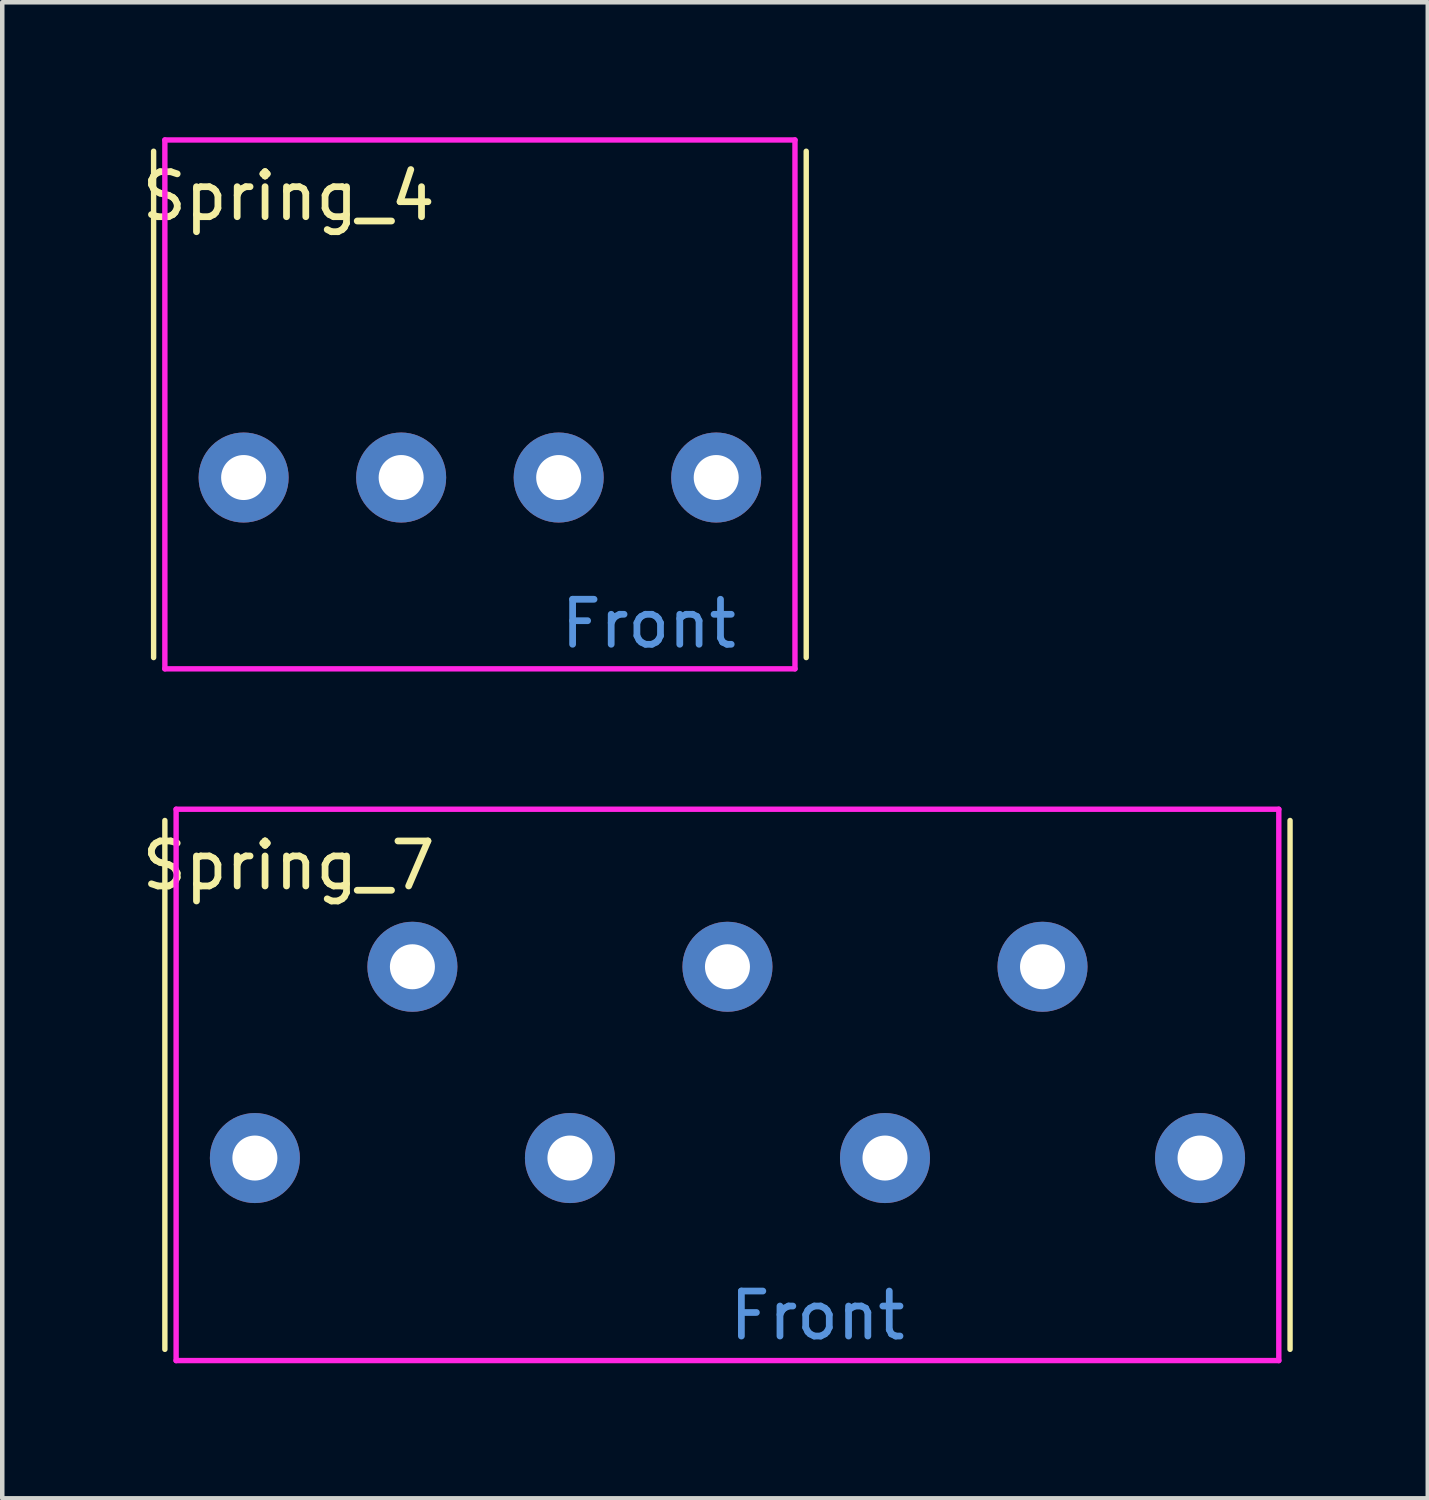
<source format=kicad_pcb>
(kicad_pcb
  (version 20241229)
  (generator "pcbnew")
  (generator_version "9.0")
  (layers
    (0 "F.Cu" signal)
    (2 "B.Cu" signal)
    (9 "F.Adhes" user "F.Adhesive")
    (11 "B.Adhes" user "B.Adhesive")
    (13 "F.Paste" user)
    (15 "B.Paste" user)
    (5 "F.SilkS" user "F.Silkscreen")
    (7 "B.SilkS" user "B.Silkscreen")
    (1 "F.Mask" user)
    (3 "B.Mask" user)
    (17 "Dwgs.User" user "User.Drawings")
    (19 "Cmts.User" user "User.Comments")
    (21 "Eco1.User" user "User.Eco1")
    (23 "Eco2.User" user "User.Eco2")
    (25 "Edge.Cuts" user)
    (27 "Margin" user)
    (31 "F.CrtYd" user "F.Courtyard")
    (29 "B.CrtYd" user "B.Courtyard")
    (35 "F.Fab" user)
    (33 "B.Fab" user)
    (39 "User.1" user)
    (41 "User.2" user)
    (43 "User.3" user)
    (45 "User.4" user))
  (footprint "Spring_4"
    (layer "F.Cu")
    (at 0.613 0.31)
    (property "Reference" "Spring_4" (at 2.75 1 0) (layer "F.SilkS") (effects (font (size 1 1) (thickness 0.15))))
    (attr through_hole)
    (fp_line (start -0.25 11.25) (end -0.25 0) (stroke (width 0.12) (type solid)) (layer "F.SilkS"))
    (fp_line (start 14.25 0) (end 14.25 11.25) (stroke (width 0.12) (type solid)) (layer "F.SilkS"))
    (fp_line (start 0 -0.25) (end 14 -0.25) (stroke (width 0.12) (type solid)) (layer "F.CrtYd"))
    (fp_line (start 0 11.5) (end 0 -0.25) (stroke (width 0.12) (type solid)) (layer "F.CrtYd"))
    (fp_line (start 14 -0.25) (end 14 11.5) (stroke (width 0.12) (type solid)) (layer "F.CrtYd"))
    (fp_line (start 14 11.5) (end 0 11.5) (stroke (width 0.12) (type solid)) (layer "F.CrtYd"))
    (fp_text user "Front" (at 10.75 10.5 0) (layer "Cmts.User") (effects (font (size 1 1) (thickness 0.15))))
    (pad "1" thru_hole circle (at 1.75 7.25) (size 2 2) (drill 1) (layers "*.Cu" "*.Mask"))
    (pad "2" thru_hole circle (at 5.25 7.25) (size 2 2) (drill 1) (layers "*.Cu" "*.Mask"))
    (pad "3" thru_hole circle (at 8.75 7.25) (size 2 2) (drill 1) (layers "*.Cu" "*.Mask"))
    (pad "4" thru_hole circle (at 12.25 7.25) (size 2 2) (drill 1) (layers "*.Cu" "*.Mask")))
  (footprint "Spring_7"
    (layer "F.Cu")
    (at 0.863 15.18)
    (property "Reference" "Spring_7" (at 2.5 1 0) (layer "F.SilkS") (effects (font (size 1 1) (thickness 0.15))))
    (attr through_hole)
    (fp_line (start -0.25 11.75) (end -0.25 0) (stroke (width 0.12) (type solid)) (layer "F.SilkS"))
    (fp_line (start 24.75 0) (end 24.75 11.75) (stroke (width 0.12) (type solid)) (layer "F.SilkS"))
    (fp_line (start 0 -0.25) (end 0 12) (stroke (width 0.12) (type solid)) (layer "F.CrtYd"))
    (fp_line (start 0 12) (end 24.5 12) (stroke (width 0.12) (type solid)) (layer "F.CrtYd"))
    (fp_line (start 24.5 -0.25) (end 0 -0.25) (stroke (width 0.12) (type solid)) (layer "F.CrtYd"))
    (fp_line (start 24.5 12) (end 24.5 -0.25) (stroke (width 0.12) (type solid)) (layer "F.CrtYd"))
    (fp_text user "Front" (at 14.25 11 0) (layer "Cmts.User") (effects (font (size 1 1) (thickness 0.15))))
    (pad "1" thru_hole circle (at 1.75 7.5) (size 2 2) (drill 1) (layers "*.Cu" "*.Mask"))
    (pad "2" thru_hole circle (at 5.25 3.25) (size 2 2) (drill 1) (layers "*.Cu" "*.Mask"))
    (pad "3" thru_hole circle (at 8.75 7.5) (size 2 2) (drill 1) (layers "*.Cu" "*.Mask"))
    (pad "4" thru_hole circle (at 12.25 3.25) (size 2 2) (drill 1) (layers "*.Cu" "*.Mask"))
    (pad "5" thru_hole circle (at 15.75 7.5) (size 2 2) (drill 1) (layers "*.Cu" "*.Mask"))
    (pad "6" thru_hole circle (at 19.25 3.25) (size 2 2) (drill 1) (layers "*.Cu" "*.Mask"))
    (pad "7" thru_hole circle (at 22.75 7.5) (size 2 2) (drill 1) (layers "*.Cu" "*.Mask")))
  (gr_rect
    (start -3 -3)
    (end 28.673 30.24)
    (stroke (width 0.1) (type default))
    (fill no)
    (layer "Edge.Cuts")))
</source>
